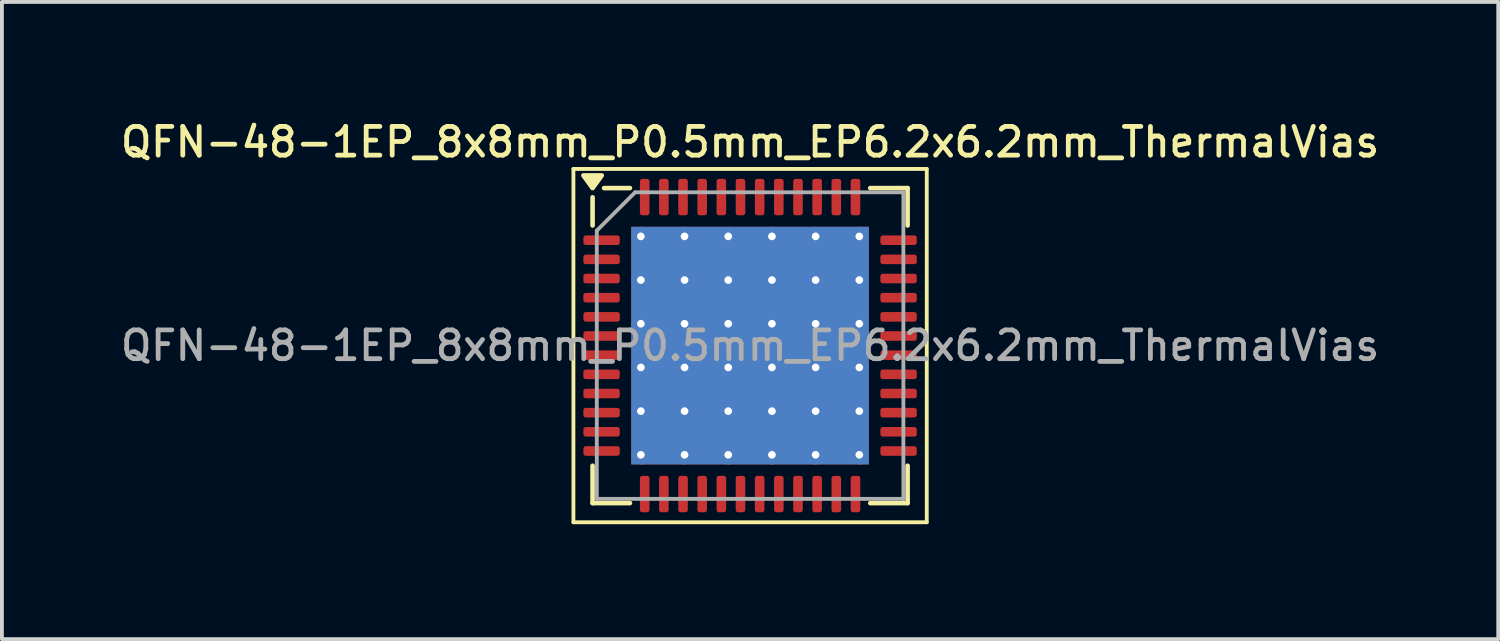
<source format=kicad_pcb>
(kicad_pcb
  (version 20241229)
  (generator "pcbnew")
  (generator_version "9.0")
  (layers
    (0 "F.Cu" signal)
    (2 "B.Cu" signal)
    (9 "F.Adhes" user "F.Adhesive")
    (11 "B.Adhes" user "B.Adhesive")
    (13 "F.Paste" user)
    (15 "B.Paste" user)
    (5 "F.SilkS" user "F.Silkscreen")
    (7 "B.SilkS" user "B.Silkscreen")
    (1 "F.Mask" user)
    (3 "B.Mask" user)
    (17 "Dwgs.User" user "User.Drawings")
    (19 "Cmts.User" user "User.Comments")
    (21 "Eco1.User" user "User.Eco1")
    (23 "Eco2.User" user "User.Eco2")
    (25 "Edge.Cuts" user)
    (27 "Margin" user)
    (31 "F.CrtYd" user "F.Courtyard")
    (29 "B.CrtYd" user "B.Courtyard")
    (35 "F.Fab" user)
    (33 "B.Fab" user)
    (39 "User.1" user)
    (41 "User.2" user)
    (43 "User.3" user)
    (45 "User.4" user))
  (footprint "QFN-48-1EP_8x8mm_P0.5mm_EP6.2x6.2mm_ThermalVias"
    (layer "F.Cu")
    (at 16.523 5.968)
    (property "Reference" "QFN-48-1EP_8x8mm_P0.5mm_EP6.2x6.2mm_ThermalVias" (at 0 -5.31 0) (layer "F.SilkS") (effects (font (size 0.75 0.75) (thickness 0.125))))
    (attr smd)
    (fp_line (start -4.61 -4.61) (end -4.61 4.61) (stroke (width 0.1) (type solid)) (layer "F.SilkS"))
    (fp_line (start -4.61 4.61) (end 4.61 4.61) (stroke (width 0.1) (type solid)) (layer "F.SilkS"))
    (fp_line (start -4.11 -3.135) (end -4.11 -3.87) (stroke (width 0.12) (type solid)) (layer "F.SilkS"))
    (fp_line (start -4.11 4.11) (end -4.11 3.135) (stroke (width 0.12) (type solid)) (layer "F.SilkS"))
    (fp_line (start -3.135 -4.11) (end -3.81 -4.11) (stroke (width 0.12) (type solid)) (layer "F.SilkS"))
    (fp_line (start -3.135 4.11) (end -4.11 4.11) (stroke (width 0.12) (type solid)) (layer "F.SilkS"))
    (fp_line (start 3.135 -4.11) (end 4.11 -4.11) (stroke (width 0.12) (type solid)) (layer "F.SilkS"))
    (fp_line (start 3.135 4.11) (end 4.11 4.11) (stroke (width 0.12) (type solid)) (layer "F.SilkS"))
    (fp_line (start 4.11 -4.11) (end 4.11 -3.135) (stroke (width 0.12) (type solid)) (layer "F.SilkS"))
    (fp_line (start 4.11 4.11) (end 4.11 3.135) (stroke (width 0.12) (type solid)) (layer "F.SilkS"))
    (fp_line (start 4.61 -4.61) (end -4.61 -4.61) (stroke (width 0.1) (type solid)) (layer "F.SilkS"))
    (fp_line (start 4.61 4.61) (end 4.61 -4.61) (stroke (width 0.1) (type solid)) (layer "F.SilkS"))
    (fp_poly (pts (xy -4.11 -4.11) (xy -4.35 -4.44) (xy -3.87 -4.44) (xy -4.11 -4.11)) (stroke (width 0.12) (type solid)) (fill yes) (layer "F.SilkS"))
    (fp_line (start -4 -3) (end -3 -4) (stroke (width 0.1) (type solid)) (layer "F.Fab"))
    (fp_line (start -4 4) (end -4 -3) (stroke (width 0.1) (type solid)) (layer "F.Fab"))
    (fp_line (start -3 -4) (end 4 -4) (stroke (width 0.1) (type solid)) (layer "F.Fab"))
    (fp_line (start 4 -4) (end 4 4) (stroke (width 0.1) (type solid)) (layer "F.Fab"))
    (fp_line (start 4 4) (end -4 4) (stroke (width 0.1) (type solid)) (layer "F.Fab"))
    (fp_text user "${REFERENCE}" (at 0 0 0) (layer "F.Fab") (effects (font (size 0.75 0.75) (thickness 0.125))))
    (pad "" smd roundrect (at -2.28 -2.28) (size 0.961 0.961) (layers "F.Paste") (roundrect_rratio 0.25))
    (pad "" smd roundrect (at -2.28 -1.14) (size 0.961 0.961) (layers "F.Paste") (roundrect_rratio 0.25))
    (pad "" smd roundrect (at -2.28 0) (size 0.961 0.961) (layers "F.Paste") (roundrect_rratio 0.25))
    (pad "" smd roundrect (at -2.28 1.14) (size 0.961 0.961) (layers "F.Paste") (roundrect_rratio 0.25))
    (pad "" smd roundrect (at -2.28 2.28) (size 0.961 0.961) (layers "F.Paste") (roundrect_rratio 0.25))
    (pad "" smd roundrect (at -1.14 -2.28) (size 0.961 0.961) (layers "F.Paste") (roundrect_rratio 0.25))
    (pad "" smd roundrect (at -1.14 -1.14) (size 0.961 0.961) (layers "F.Paste") (roundrect_rratio 0.25))
    (pad "" smd roundrect (at -1.14 0) (size 0.961 0.961) (layers "F.Paste") (roundrect_rratio 0.25))
    (pad "" smd roundrect (at -1.14 1.14) (size 0.961 0.961) (layers "F.Paste") (roundrect_rratio 0.25))
    (pad "" smd roundrect (at -1.14 2.28) (size 0.961 0.961) (layers "F.Paste") (roundrect_rratio 0.25))
    (pad "" smd roundrect (at 0 -2.28) (size 0.961 0.961) (layers "F.Paste") (roundrect_rratio 0.25))
    (pad "" smd roundrect (at 0 -1.14) (size 0.961 0.961) (layers "F.Paste") (roundrect_rratio 0.25))
    (pad "" smd roundrect (at 0 0) (size 0.961 0.961) (layers "F.Paste") (roundrect_rratio 0.25))
    (pad "" smd roundrect (at 0 1.14) (size 0.961 0.961) (layers "F.Paste") (roundrect_rratio 0.25))
    (pad "" smd roundrect (at 0 2.28) (size 0.961 0.961) (layers "F.Paste") (roundrect_rratio 0.25))
    (pad "" smd roundrect (at 1.14 -2.28) (size 0.961 0.961) (layers "F.Paste") (roundrect_rratio 0.25))
    (pad "" smd roundrect (at 1.14 -1.14) (size 0.961 0.961) (layers "F.Paste") (roundrect_rratio 0.25))
    (pad "" smd roundrect (at 1.14 0) (size 0.961 0.961) (layers "F.Paste") (roundrect_rratio 0.25))
    (pad "" smd roundrect (at 1.14 1.14) (size 0.961 0.961) (layers "F.Paste") (roundrect_rratio 0.25))
    (pad "" smd roundrect (at 1.14 2.28) (size 0.961 0.961) (layers "F.Paste") (roundrect_rratio 0.25))
    (pad "" smd roundrect (at 2.28 -2.28) (size 0.961 0.961) (layers "F.Paste") (roundrect_rratio 0.25))
    (pad "" smd roundrect (at 2.28 -1.14) (size 0.961 0.961) (layers "F.Paste") (roundrect_rratio 0.25))
    (pad "" smd roundrect (at 2.28 0) (size 0.961 0.961) (layers "F.Paste") (roundrect_rratio 0.25))
    (pad "" smd roundrect (at 2.28 1.14) (size 0.961 0.961) (layers "F.Paste") (roundrect_rratio 0.25))
    (pad "" smd roundrect (at 2.28 2.28) (size 0.961 0.961) (layers "F.Paste") (roundrect_rratio 0.25))
    (pad "1" smd roundrect (at -3.875 -2.75) (size 0.95 0.25) (layers "F.Cu" "F.Mask" "F.Paste") (roundrect_rratio 0.25))
    (pad "2" smd roundrect (at -3.875 -2.25) (size 0.95 0.25) (layers "F.Cu" "F.Mask" "F.Paste") (roundrect_rratio 0.25))
    (pad "3" smd roundrect (at -3.875 -1.75) (size 0.95 0.25) (layers "F.Cu" "F.Mask" "F.Paste") (roundrect_rratio 0.25))
    (pad "4" smd roundrect (at -3.875 -1.25) (size 0.95 0.25) (layers "F.Cu" "F.Mask" "F.Paste") (roundrect_rratio 0.25))
    (pad "5" smd roundrect (at -3.875 -0.75) (size 0.95 0.25) (layers "F.Cu" "F.Mask" "F.Paste") (roundrect_rratio 0.25))
    (pad "6" smd roundrect (at -3.875 -0.25) (size 0.95 0.25) (layers "F.Cu" "F.Mask" "F.Paste") (roundrect_rratio 0.25))
    (pad "7" smd roundrect (at -3.875 0.25) (size 0.95 0.25) (layers "F.Cu" "F.Mask" "F.Paste") (roundrect_rratio 0.25))
    (pad "8" smd roundrect (at -3.875 0.75) (size 0.95 0.25) (layers "F.Cu" "F.Mask" "F.Paste") (roundrect_rratio 0.25))
    (pad "9" smd roundrect (at -3.875 1.25) (size 0.95 0.25) (layers "F.Cu" "F.Mask" "F.Paste") (roundrect_rratio 0.25))
    (pad "10" smd roundrect (at -3.875 1.75) (size 0.95 0.25) (layers "F.Cu" "F.Mask" "F.Paste") (roundrect_rratio 0.25))
    (pad "11" smd roundrect (at -3.875 2.25) (size 0.95 0.25) (layers "F.Cu" "F.Mask" "F.Paste") (roundrect_rratio 0.25))
    (pad "12" smd roundrect (at -3.875 2.75) (size 0.95 0.25) (layers "F.Cu" "F.Mask" "F.Paste") (roundrect_rratio 0.25))
    (pad "13" smd roundrect (at -2.75 3.875) (size 0.25 0.95) (layers "F.Cu" "F.Mask" "F.Paste") (roundrect_rratio 0.25))
    (pad "14" smd roundrect (at -2.25 3.875) (size 0.25 0.95) (layers "F.Cu" "F.Mask" "F.Paste") (roundrect_rratio 0.25))
    (pad "15" smd roundrect (at -1.75 3.875) (size 0.25 0.95) (layers "F.Cu" "F.Mask" "F.Paste") (roundrect_rratio 0.25))
    (pad "16" smd roundrect (at -1.25 3.875) (size 0.25 0.95) (layers "F.Cu" "F.Mask" "F.Paste") (roundrect_rratio 0.25))
    (pad "17" smd roundrect (at -0.75 3.875) (size 0.25 0.95) (layers "F.Cu" "F.Mask" "F.Paste") (roundrect_rratio 0.25))
    (pad "18" smd roundrect (at -0.25 3.875) (size 0.25 0.95) (layers "F.Cu" "F.Mask" "F.Paste") (roundrect_rratio 0.25))
    (pad "19" smd roundrect (at 0.25 3.875) (size 0.25 0.95) (layers "F.Cu" "F.Mask" "F.Paste") (roundrect_rratio 0.25))
    (pad "20" smd roundrect (at 0.75 3.875) (size 0.25 0.95) (layers "F.Cu" "F.Mask" "F.Paste") (roundrect_rratio 0.25))
    (pad "21" smd roundrect (at 1.25 3.875) (size 0.25 0.95) (layers "F.Cu" "F.Mask" "F.Paste") (roundrect_rratio 0.25))
    (pad "22" smd roundrect (at 1.75 3.875) (size 0.25 0.95) (layers "F.Cu" "F.Mask" "F.Paste") (roundrect_rratio 0.25))
    (pad "23" smd roundrect (at 2.25 3.875) (size 0.25 0.95) (layers "F.Cu" "F.Mask" "F.Paste") (roundrect_rratio 0.25))
    (pad "24" smd roundrect (at 2.75 3.875) (size 0.25 0.95) (layers "F.Cu" "F.Mask" "F.Paste") (roundrect_rratio 0.25))
    (pad "25" smd roundrect (at 3.875 2.75) (size 0.95 0.25) (layers "F.Cu" "F.Mask" "F.Paste") (roundrect_rratio 0.25))
    (pad "26" smd roundrect (at 3.875 2.25) (size 0.95 0.25) (layers "F.Cu" "F.Mask" "F.Paste") (roundrect_rratio 0.25))
    (pad "27" smd roundrect (at 3.875 1.75) (size 0.95 0.25) (layers "F.Cu" "F.Mask" "F.Paste") (roundrect_rratio 0.25))
    (pad "28" smd roundrect (at 3.875 1.25) (size 0.95 0.25) (layers "F.Cu" "F.Mask" "F.Paste") (roundrect_rratio 0.25))
    (pad "29" smd roundrect (at 3.875 0.75) (size 0.95 0.25) (layers "F.Cu" "F.Mask" "F.Paste") (roundrect_rratio 0.25))
    (pad "30" smd roundrect (at 3.875 0.25) (size 0.95 0.25) (layers "F.Cu" "F.Mask" "F.Paste") (roundrect_rratio 0.25))
    (pad "31" smd roundrect (at 3.875 -0.25) (size 0.95 0.25) (layers "F.Cu" "F.Mask" "F.Paste") (roundrect_rratio 0.25))
    (pad "32" smd roundrect (at 3.875 -0.75) (size 0.95 0.25) (layers "F.Cu" "F.Mask" "F.Paste") (roundrect_rratio 0.25))
    (pad "33" smd roundrect (at 3.875 -1.25) (size 0.95 0.25) (layers "F.Cu" "F.Mask" "F.Paste") (roundrect_rratio 0.25))
    (pad "34" smd roundrect (at 3.875 -1.75) (size 0.95 0.25) (layers "F.Cu" "F.Mask" "F.Paste") (roundrect_rratio 0.25))
    (pad "35" smd roundrect (at 3.875 -2.25) (size 0.95 0.25) (layers "F.Cu" "F.Mask" "F.Paste") (roundrect_rratio 0.25))
    (pad "36" smd roundrect (at 3.875 -2.75) (size 0.95 0.25) (layers "F.Cu" "F.Mask" "F.Paste") (roundrect_rratio 0.25))
    (pad "37" smd roundrect (at 2.75 -3.875) (size 0.25 0.95) (layers "F.Cu" "F.Mask" "F.Paste") (roundrect_rratio 0.25))
    (pad "38" smd roundrect (at 2.25 -3.875) (size 0.25 0.95) (layers "F.Cu" "F.Mask" "F.Paste") (roundrect_rratio 0.25))
    (pad "39" smd roundrect (at 1.75 -3.875) (size 0.25 0.95) (layers "F.Cu" "F.Mask" "F.Paste") (roundrect_rratio 0.25))
    (pad "40" smd roundrect (at 1.25 -3.875) (size 0.25 0.95) (layers "F.Cu" "F.Mask" "F.Paste") (roundrect_rratio 0.25))
    (pad "41" smd roundrect (at 0.75 -3.875) (size 0.25 0.95) (layers "F.Cu" "F.Mask" "F.Paste") (roundrect_rratio 0.25))
    (pad "42" smd roundrect (at 0.25 -3.875) (size 0.25 0.95) (layers "F.Cu" "F.Mask" "F.Paste") (roundrect_rratio 0.25))
    (pad "43" smd roundrect (at -0.25 -3.875) (size 0.25 0.95) (layers "F.Cu" "F.Mask" "F.Paste") (roundrect_rratio 0.25))
    (pad "44" smd roundrect (at -0.75 -3.875) (size 0.25 0.95) (layers "F.Cu" "F.Mask" "F.Paste") (roundrect_rratio 0.25))
    (pad "45" smd roundrect (at -1.25 -3.875) (size 0.25 0.95) (layers "F.Cu" "F.Mask" "F.Paste") (roundrect_rratio 0.25))
    (pad "46" smd roundrect (at -1.75 -3.875) (size 0.25 0.95) (layers "F.Cu" "F.Mask" "F.Paste") (roundrect_rratio 0.25))
    (pad "47" smd roundrect (at -2.25 -3.875) (size 0.25 0.95) (layers "F.Cu" "F.Mask" "F.Paste") (roundrect_rratio 0.25))
    (pad "48" smd roundrect (at -2.75 -3.875) (size 0.25 0.95) (layers "F.Cu" "F.Mask" "F.Paste") (roundrect_rratio 0.25))
    (pad "49" thru_hole circle (at -2.85 -2.85) (size 0.5 0.5) (drill 0.2) (property pad_prop_heatsink) (layers "*.Cu"))
    (pad "49" thru_hole circle (at -2.85 -1.71) (size 0.5 0.5) (drill 0.2) (property pad_prop_heatsink) (layers "*.Cu"))
    (pad "49" thru_hole circle (at -2.85 -0.57) (size 0.5 0.5) (drill 0.2) (property pad_prop_heatsink) (layers "*.Cu"))
    (pad "49" thru_hole circle (at -2.85 0.57) (size 0.5 0.5) (drill 0.2) (property pad_prop_heatsink) (layers "*.Cu"))
    (pad "49" thru_hole circle (at -2.85 1.71) (size 0.5 0.5) (drill 0.2) (property pad_prop_heatsink) (layers "*.Cu"))
    (pad "49" thru_hole circle (at -2.85 2.85) (size 0.5 0.5) (drill 0.2) (property pad_prop_heatsink) (layers "*.Cu"))
    (pad "49" thru_hole circle (at -1.71 -2.85) (size 0.5 0.5) (drill 0.2) (property pad_prop_heatsink) (layers "*.Cu"))
    (pad "49" thru_hole circle (at -1.71 -1.71) (size 0.5 0.5) (drill 0.2) (property pad_prop_heatsink) (layers "*.Cu"))
    (pad "49" thru_hole circle (at -1.71 -0.57) (size 0.5 0.5) (drill 0.2) (property pad_prop_heatsink) (layers "*.Cu"))
    (pad "49" thru_hole circle (at -1.71 0.57) (size 0.5 0.5) (drill 0.2) (property pad_prop_heatsink) (layers "*.Cu"))
    (pad "49" thru_hole circle (at -1.71 1.71) (size 0.5 0.5) (drill 0.2) (property pad_prop_heatsink) (layers "*.Cu"))
    (pad "49" thru_hole circle (at -1.71 2.85) (size 0.5 0.5) (drill 0.2) (property pad_prop_heatsink) (layers "*.Cu"))
    (pad "49" thru_hole circle (at -0.57 -2.85) (size 0.5 0.5) (drill 0.2) (property pad_prop_heatsink) (layers "*.Cu"))
    (pad "49" thru_hole circle (at -0.57 -1.71) (size 0.5 0.5) (drill 0.2) (property pad_prop_heatsink) (layers "*.Cu"))
    (pad "49" thru_hole circle (at -0.57 -0.57) (size 0.5 0.5) (drill 0.2) (property pad_prop_heatsink) (layers "*.Cu"))
    (pad "49" thru_hole circle (at -0.57 0.57) (size 0.5 0.5) (drill 0.2) (property pad_prop_heatsink) (layers "*.Cu"))
    (pad "49" thru_hole circle (at -0.57 1.71) (size 0.5 0.5) (drill 0.2) (property pad_prop_heatsink) (layers "*.Cu"))
    (pad "49" thru_hole circle (at -0.57 2.85) (size 0.5 0.5) (drill 0.2) (property pad_prop_heatsink) (layers "*.Cu"))
    (pad "49" smd rect (at 0 0) (size 6.2 6.2) (property pad_prop_heatsink) (layers "F.Cu" "F.Mask"))
    (pad "49" smd rect (at 0 0) (size 6.2 6.2) (property pad_prop_heatsink) (layers "B.Cu"))
    (pad "49" thru_hole circle (at 0.57 -2.85) (size 0.5 0.5) (drill 0.2) (property pad_prop_heatsink) (layers "*.Cu"))
    (pad "49" thru_hole circle (at 0.57 -1.71) (size 0.5 0.5) (drill 0.2) (property pad_prop_heatsink) (layers "*.Cu"))
    (pad "49" thru_hole circle (at 0.57 -0.57) (size 0.5 0.5) (drill 0.2) (property pad_prop_heatsink) (layers "*.Cu"))
    (pad "49" thru_hole circle (at 0.57 0.57) (size 0.5 0.5) (drill 0.2) (property pad_prop_heatsink) (layers "*.Cu"))
    (pad "49" thru_hole circle (at 0.57 1.71) (size 0.5 0.5) (drill 0.2) (property pad_prop_heatsink) (layers "*.Cu"))
    (pad "49" thru_hole circle (at 0.57 2.85) (size 0.5 0.5) (drill 0.2) (property pad_prop_heatsink) (layers "*.Cu"))
    (pad "49" thru_hole circle (at 1.71 -2.85) (size 0.5 0.5) (drill 0.2) (property pad_prop_heatsink) (layers "*.Cu"))
    (pad "49" thru_hole circle (at 1.71 -1.71) (size 0.5 0.5) (drill 0.2) (property pad_prop_heatsink) (layers "*.Cu"))
    (pad "49" thru_hole circle (at 1.71 -0.57) (size 0.5 0.5) (drill 0.2) (property pad_prop_heatsink) (layers "*.Cu"))
    (pad "49" thru_hole circle (at 1.71 0.57) (size 0.5 0.5) (drill 0.2) (property pad_prop_heatsink) (layers "*.Cu"))
    (pad "49" thru_hole circle (at 1.71 1.71) (size 0.5 0.5) (drill 0.2) (property pad_prop_heatsink) (layers "*.Cu"))
    (pad "49" thru_hole circle (at 1.71 2.85) (size 0.5 0.5) (drill 0.2) (property pad_prop_heatsink) (layers "*.Cu"))
    (pad "49" thru_hole circle (at 2.85 -2.85) (size 0.5 0.5) (drill 0.2) (property pad_prop_heatsink) (layers "*.Cu"))
    (pad "49" thru_hole circle (at 2.85 -1.71) (size 0.5 0.5) (drill 0.2) (property pad_prop_heatsink) (layers "*.Cu"))
    (pad "49" thru_hole circle (at 2.85 -0.57) (size 0.5 0.5) (drill 0.2) (property pad_prop_heatsink) (layers "*.Cu"))
    (pad "49" thru_hole circle (at 2.85 0.57) (size 0.5 0.5) (drill 0.2) (property pad_prop_heatsink) (layers "*.Cu"))
    (pad "49" thru_hole circle (at 2.85 1.71) (size 0.5 0.5) (drill 0.2) (property pad_prop_heatsink) (layers "*.Cu"))
    (pad "49" thru_hole circle (at 2.85 2.85) (size 0.5 0.5) (drill 0.2) (property pad_prop_heatsink) (layers "*.Cu")))
  (gr_rect
    (start -3 -3)
    (end 36.046 13.628)
    (stroke (width 0.1) (type default))
    (fill no)
    (layer "Edge.Cuts")))
</source>
